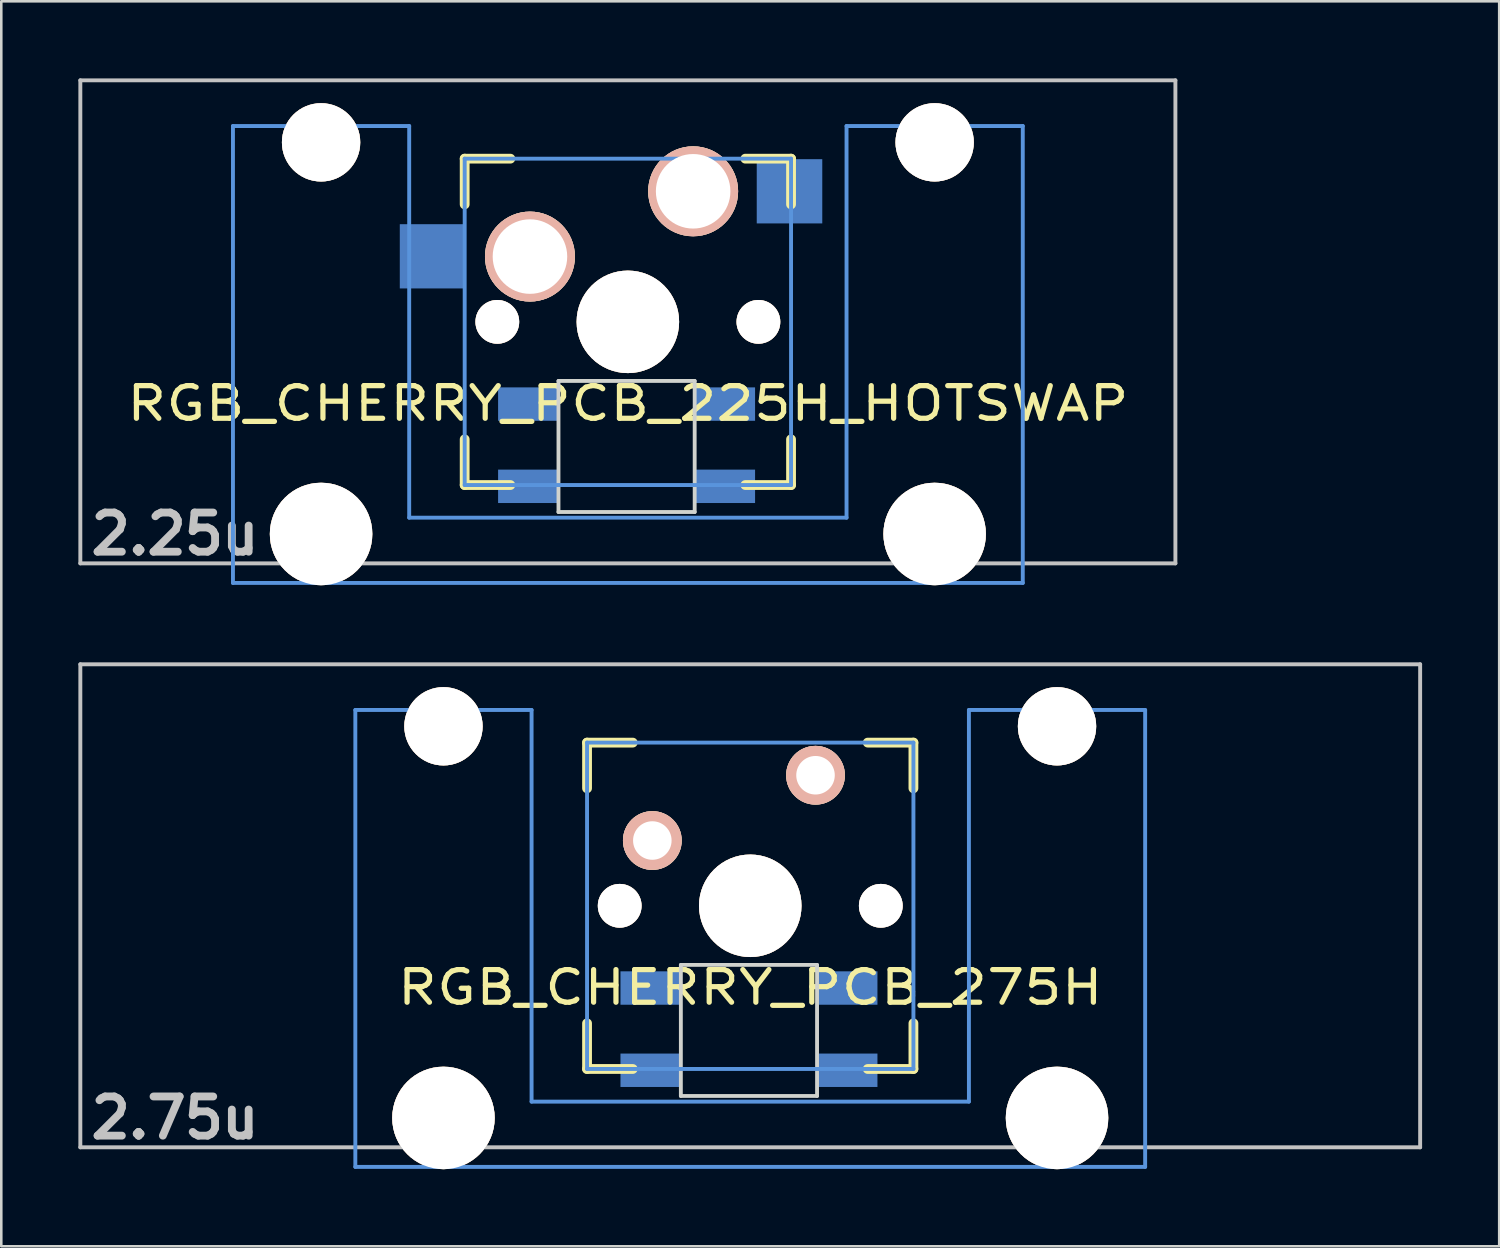
<source format=kicad_pcb>
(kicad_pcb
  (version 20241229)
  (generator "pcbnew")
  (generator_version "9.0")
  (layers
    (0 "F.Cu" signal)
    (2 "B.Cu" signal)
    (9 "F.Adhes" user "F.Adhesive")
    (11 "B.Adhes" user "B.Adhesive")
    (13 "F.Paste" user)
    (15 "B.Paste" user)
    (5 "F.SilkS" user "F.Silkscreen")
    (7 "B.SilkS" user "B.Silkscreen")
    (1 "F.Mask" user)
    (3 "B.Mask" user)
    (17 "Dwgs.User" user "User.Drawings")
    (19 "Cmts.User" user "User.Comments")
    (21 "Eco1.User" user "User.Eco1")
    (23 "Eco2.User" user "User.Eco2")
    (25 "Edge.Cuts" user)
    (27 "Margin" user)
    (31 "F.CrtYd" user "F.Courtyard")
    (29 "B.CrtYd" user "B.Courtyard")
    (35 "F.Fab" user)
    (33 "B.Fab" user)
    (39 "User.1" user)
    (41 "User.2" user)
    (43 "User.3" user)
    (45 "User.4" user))
  (footprint "RGB_CHERRY_PCB_225H_HOTSWAP"
    (layer "F.Cu")
    (at 21.382 9.474)
    (property "Reference" "RGB_CHERRY_PCB_225H_HOTSWAP" (at 0 3.175 0) (layer "F.SilkS") (effects (font (size 1.27 1.524) (thickness 0.203))))
    (attr through_hole)
    (fp_line (start -6.35 -6.35) (end -4.572 -6.35) (stroke (width 0.381) (type solid)) (layer "F.SilkS"))
    (fp_line (start -6.35 -4.572) (end -6.35 -6.35) (stroke (width 0.381) (type solid)) (layer "F.SilkS"))
    (fp_line (start -6.35 6.35) (end -6.35 4.572) (stroke (width 0.381) (type solid)) (layer "F.SilkS"))
    (fp_line (start -4.572 6.35) (end -6.35 6.35) (stroke (width 0.381) (type solid)) (layer "F.SilkS"))
    (fp_line (start 4.572 -6.35) (end 6.35 -6.35) (stroke (width 0.381) (type solid)) (layer "F.SilkS"))
    (fp_line (start 6.35 -6.35) (end 6.35 -4.572) (stroke (width 0.381) (type solid)) (layer "F.SilkS"))
    (fp_line (start 6.35 4.572) (end 6.35 6.35) (stroke (width 0.381) (type solid)) (layer "F.SilkS"))
    (fp_line (start 6.35 6.35) (end 4.572 6.35) (stroke (width 0.381) (type solid)) (layer "F.SilkS"))
    (fp_line (start -21.306 -9.398) (end 21.306 -9.398) (stroke (width 0.152) (type solid)) (layer "Dwgs.User"))
    (fp_line (start -21.306 9.398) (end -21.306 -9.398) (stroke (width 0.152) (type solid)) (layer "Dwgs.User"))
    (fp_line (start 21.306 -9.398) (end 21.306 9.398) (stroke (width 0.152) (type solid)) (layer "Dwgs.User"))
    (fp_line (start 21.306 9.398) (end -21.306 9.398) (stroke (width 0.152) (type solid)) (layer "Dwgs.User"))
    (fp_line (start -15.367 -7.62) (end -15.367 10.16) (stroke (width 0.152) (type solid)) (layer "Cmts.User"))
    (fp_line (start -15.367 10.16) (end 15.367 10.16) (stroke (width 0.152) (type solid)) (layer "Cmts.User"))
    (fp_line (start -8.509 -7.62) (end -15.367 -7.62) (stroke (width 0.152) (type solid)) (layer "Cmts.User"))
    (fp_line (start -8.509 7.62) (end -8.509 -7.62) (stroke (width 0.152) (type solid)) (layer "Cmts.User"))
    (fp_line (start -6.35 -6.35) (end 6.35 -6.35) (stroke (width 0.152) (type solid)) (layer "Cmts.User"))
    (fp_line (start -6.35 6.35) (end -6.35 -6.35) (stroke (width 0.152) (type solid)) (layer "Cmts.User"))
    (fp_line (start 6.35 -6.35) (end 6.35 6.35) (stroke (width 0.152) (type solid)) (layer "Cmts.User"))
    (fp_line (start 6.35 6.35) (end -6.35 6.35) (stroke (width 0.152) (type solid)) (layer "Cmts.User"))
    (fp_line (start 8.509 -7.62) (end 8.509 7.62) (stroke (width 0.152) (type solid)) (layer "Cmts.User"))
    (fp_line (start 8.509 7.62) (end -8.509 7.62) (stroke (width 0.152) (type solid)) (layer "Cmts.User"))
    (fp_line (start 15.367 -7.62) (end 8.509 -7.62) (stroke (width 0.152) (type solid)) (layer "Cmts.User"))
    (fp_line (start 15.367 10.16) (end 15.367 -7.62) (stroke (width 0.152) (type solid)) (layer "Cmts.User"))
    (fp_line (start -16.129 -2.286) (end -15.265 -2.286) (stroke (width 0.152) (type solid)) (layer "Eco2.User"))
    (fp_line (start -16.129 0.508) (end -16.129 -2.286) (stroke (width 0.152) (type solid)) (layer "Eco2.User"))
    (fp_line (start -15.265 -5.69) (end -8.611 -5.69) (stroke (width 0.152) (type solid)) (layer "Eco2.User"))
    (fp_line (start -15.265 -2.286) (end -15.265 -5.69) (stroke (width 0.152) (type solid)) (layer "Eco2.User"))
    (fp_line (start -15.265 0.508) (end -16.129 0.508) (stroke (width 0.152) (type solid)) (layer "Eco2.User"))
    (fp_line (start -15.265 6.604) (end -15.265 0.508) (stroke (width 0.152) (type solid)) (layer "Eco2.User"))
    (fp_line (start -14.224 6.604) (end -15.265 6.604) (stroke (width 0.152) (type solid)) (layer "Eco2.User"))
    (fp_line (start -14.224 7.772) (end -14.224 6.604) (stroke (width 0.152) (type solid)) (layer "Eco2.User"))
    (fp_line (start -9.652 6.604) (end -9.652 7.772) (stroke (width 0.152) (type solid)) (layer "Eco2.User"))
    (fp_line (start -9.652 7.772) (end -14.224 7.772) (stroke (width 0.152) (type solid)) (layer "Eco2.User"))
    (fp_line (start -8.611 -5.69) (end -8.611 -4.877) (stroke (width 0.152) (type solid)) (layer "Eco2.User"))
    (fp_line (start -8.611 -4.877) (end -6.985 -4.877) (stroke (width 0.152) (type solid)) (layer "Eco2.User"))
    (fp_line (start -8.611 5.817) (end -8.611 6.604) (stroke (width 0.152) (type solid)) (layer "Eco2.User"))
    (fp_line (start -8.611 6.604) (end -9.652 6.604) (stroke (width 0.152) (type solid)) (layer "Eco2.User"))
    (fp_line (start -6.985 -6.985) (end 6.985 -6.985) (stroke (width 0.152) (type solid)) (layer "Eco2.User"))
    (fp_line (start -6.985 -4.877) (end -6.985 -6.985) (stroke (width 0.152) (type solid)) (layer "Eco2.User"))
    (fp_line (start -6.985 5.817) (end -8.611 5.817) (stroke (width 0.152) (type solid)) (layer "Eco2.User"))
    (fp_line (start -6.985 6.985) (end -6.985 5.817) (stroke (width 0.152) (type solid)) (layer "Eco2.User"))
    (fp_line (start 6.985 -6.985) (end 6.985 -4.877) (stroke (width 0.152) (type solid)) (layer "Eco2.User"))
    (fp_line (start 6.985 -4.877) (end 8.611 -4.877) (stroke (width 0.152) (type solid)) (layer "Eco2.User"))
    (fp_line (start 6.985 5.817) (end 6.985 6.985) (stroke (width 0.152) (type solid)) (layer "Eco2.User"))
    (fp_line (start 6.985 6.985) (end -6.985 6.985) (stroke (width 0.152) (type solid)) (layer "Eco2.User"))
    (fp_line (start 8.611 -5.69) (end 15.265 -5.69) (stroke (width 0.152) (type solid)) (layer "Eco2.User"))
    (fp_line (start 8.611 -4.877) (end 8.611 -5.69) (stroke (width 0.152) (type solid)) (layer "Eco2.User"))
    (fp_line (start 8.611 5.817) (end 6.985 5.817) (stroke (width 0.152) (type solid)) (layer "Eco2.User"))
    (fp_line (start 8.611 6.604) (end 8.611 5.817) (stroke (width 0.152) (type solid)) (layer "Eco2.User"))
    (fp_line (start 9.652 6.604) (end 8.611 6.604) (stroke (width 0.152) (type solid)) (layer "Eco2.User"))
    (fp_line (start 9.652 7.772) (end 9.652 6.604) (stroke (width 0.152) (type solid)) (layer "Eco2.User"))
    (fp_line (start 14.224 6.604) (end 14.224 7.772) (stroke (width 0.152) (type solid)) (layer "Eco2.User"))
    (fp_line (start 14.224 7.772) (end 9.652 7.772) (stroke (width 0.152) (type solid)) (layer "Eco2.User"))
    (fp_line (start 15.265 -5.69) (end 15.265 -2.286) (stroke (width 0.152) (type solid)) (layer "Eco2.User"))
    (fp_line (start 15.265 -2.286) (end 16.129 -2.286) (stroke (width 0.152) (type solid)) (layer "Eco2.User"))
    (fp_line (start 15.265 0.508) (end 15.265 6.604) (stroke (width 0.152) (type solid)) (layer "Eco2.User"))
    (fp_line (start 15.265 6.604) (end 14.224 6.604) (stroke (width 0.152) (type solid)) (layer "Eco2.User"))
    (fp_line (start 16.129 -2.286) (end 16.129 0.508) (stroke (width 0.152) (type solid)) (layer "Eco2.User"))
    (fp_line (start 16.129 0.508) (end 15.265 0.508) (stroke (width 0.152) (type solid)) (layer "Eco2.User"))
    (fp_line (start -2.7 2.3) (end -2.7 7.4) (stroke (width 0.15) (type solid)) (layer "Edge.Cuts"))
    (fp_line (start -2.7 2.3) (end 2.6 2.3) (stroke (width 0.15) (type solid)) (layer "Edge.Cuts"))
    (fp_line (start 2.6 2.3) (end 2.6 7.4) (stroke (width 0.15) (type solid)) (layer "Edge.Cuts"))
    (fp_line (start 2.6 7.4) (end -2.7 7.4) (stroke (width 0.15) (type solid)) (layer "Edge.Cuts"))
    (fp_text user "2.25u" (at -17.623 8.255 0) (layer "Dwgs.User") (effects (font (size 1.524 1.524) (thickness 0.305))))
    (pad "" np_thru_hole circle (at -11.938 -6.985) (size 3.048 3.048) (drill 3.048) (layers "*.Cu" "*.SilkS" "*.Mask"))
    (pad "" np_thru_hole circle (at -11.938 8.255) (size 3.988 3.988) (drill 3.988) (layers "*.Cu" "*.SilkS" "*.Mask"))
    (pad "" np_thru_hole circle (at -5.08 0) (size 1.702 1.702) (drill 1.702) (layers "*.Cu" "*.SilkS" "*.Mask"))
    (pad "" np_thru_hole circle (at 0 0) (size 3.988 3.988) (drill 3.988) (layers "*.Cu" "*.SilkS" "*.Mask"))
    (pad "" np_thru_hole circle (at 5.08 0) (size 1.702 1.702) (drill 1.702) (layers "*.Cu" "*.SilkS" "*.Mask"))
    (pad "" np_thru_hole circle (at 11.938 -6.985) (size 3.048 3.048) (drill 3.048) (layers "*.Cu" "*.SilkS" "*.Mask"))
    (pad "" np_thru_hole circle (at 11.938 8.255) (size 3.988 3.988) (drill 3.988) (layers "*.Cu" "*.SilkS" "*.Mask"))
    (pad "1" thru_hole circle (at 2.54 -5.08) (size 3.5 3.5) (drill 2.9) (layers "*.Cu" "*.SilkS" "*.Mask"))
    (pad "1" smd rect (at 6.29 -5.08) (size 2.55 2.5) (layers "B.Cu" "B.Mask" "B.Paste"))
    (pad "2" smd rect (at -7.6 -2.55) (size 2.55 2.5) (layers "B.Cu" "B.Mask" "B.Paste"))
    (pad "2" thru_hole circle (at -3.81 -2.54) (size 3.5 3.5) (drill 2.9) (layers "*.Cu" "*.SilkS" "*.Mask"))
    (pad "3" smd rect (at -2.8 3.2) (size 2.3 1.3) (drill (offset -1.1 0)) (layers "B.Cu" "B.Mask" "B.Paste"))
    (pad "4" smd rect (at -2.8 6.4) (size 2.3 1.3) (drill (offset -1.1 0)) (layers "B.Cu" "B.Mask" "B.Paste"))
    (pad "5" smd rect (at 2.7 6.4) (size 2.3 1.3) (drill (offset 1.1 0)) (layers "B.Cu" "B.Mask" "B.Paste"))
    (pad "6" smd rect (at 2.7 3.2) (size 2.3 1.3) (drill (offset 1.1 0)) (layers "B.Cu" "B.Mask" "B.Paste")))
  (footprint "RGB_CHERRY_PCB_275H"
    (layer "F.Cu")
    (at 26.144 32.197)
    (property "Reference" "RGB_CHERRY_PCB_275H" (at 0 3.175 0) (layer "F.SilkS") (effects (font (size 1.27 1.524) (thickness 0.203))))
    (attr through_hole)
    (fp_line (start -6.35 -6.35) (end -4.572 -6.35) (stroke (width 0.381) (type solid)) (layer "F.SilkS"))
    (fp_line (start -6.35 -4.572) (end -6.35 -6.35) (stroke (width 0.381) (type solid)) (layer "F.SilkS"))
    (fp_line (start -6.35 6.35) (end -6.35 4.572) (stroke (width 0.381) (type solid)) (layer "F.SilkS"))
    (fp_line (start -4.572 6.35) (end -6.35 6.35) (stroke (width 0.381) (type solid)) (layer "F.SilkS"))
    (fp_line (start 4.572 -6.35) (end 6.35 -6.35) (stroke (width 0.381) (type solid)) (layer "F.SilkS"))
    (fp_line (start 6.35 -6.35) (end 6.35 -4.572) (stroke (width 0.381) (type solid)) (layer "F.SilkS"))
    (fp_line (start 6.35 4.572) (end 6.35 6.35) (stroke (width 0.381) (type solid)) (layer "F.SilkS"))
    (fp_line (start 6.35 6.35) (end 4.572 6.35) (stroke (width 0.381) (type solid)) (layer "F.SilkS"))
    (fp_line (start -26.068 -9.398) (end 26.068 -9.398) (stroke (width 0.152) (type solid)) (layer "Dwgs.User"))
    (fp_line (start -26.068 9.398) (end -26.068 -9.398) (stroke (width 0.152) (type solid)) (layer "Dwgs.User"))
    (fp_line (start 26.068 -9.398) (end 26.068 9.398) (stroke (width 0.152) (type solid)) (layer "Dwgs.User"))
    (fp_line (start 26.068 9.398) (end -26.068 9.398) (stroke (width 0.152) (type solid)) (layer "Dwgs.User"))
    (fp_line (start -15.367 -7.62) (end -15.367 10.16) (stroke (width 0.152) (type solid)) (layer "Cmts.User"))
    (fp_line (start -15.367 10.16) (end 15.367 10.16) (stroke (width 0.152) (type solid)) (layer "Cmts.User"))
    (fp_line (start -8.509 -7.62) (end -15.367 -7.62) (stroke (width 0.152) (type solid)) (layer "Cmts.User"))
    (fp_line (start -8.509 7.62) (end -8.509 -7.62) (stroke (width 0.152) (type solid)) (layer "Cmts.User"))
    (fp_line (start -6.35 -6.35) (end 6.35 -6.35) (stroke (width 0.152) (type solid)) (layer "Cmts.User"))
    (fp_line (start -6.35 6.35) (end -6.35 -6.35) (stroke (width 0.152) (type solid)) (layer "Cmts.User"))
    (fp_line (start 6.35 -6.35) (end 6.35 6.35) (stroke (width 0.152) (type solid)) (layer "Cmts.User"))
    (fp_line (start 6.35 6.35) (end -6.35 6.35) (stroke (width 0.152) (type solid)) (layer "Cmts.User"))
    (fp_line (start 8.509 -7.62) (end 8.509 7.62) (stroke (width 0.152) (type solid)) (layer "Cmts.User"))
    (fp_line (start 8.509 7.62) (end -8.509 7.62) (stroke (width 0.152) (type solid)) (layer "Cmts.User"))
    (fp_line (start 15.367 -7.62) (end 8.509 -7.62) (stroke (width 0.152) (type solid)) (layer "Cmts.User"))
    (fp_line (start 15.367 10.16) (end 15.367 -7.62) (stroke (width 0.152) (type solid)) (layer "Cmts.User"))
    (fp_line (start -16.129 -2.286) (end -15.265 -2.286) (stroke (width 0.152) (type solid)) (layer "Eco2.User"))
    (fp_line (start -16.129 0.508) (end -16.129 -2.286) (stroke (width 0.152) (type solid)) (layer "Eco2.User"))
    (fp_line (start -15.265 -5.69) (end -8.611 -5.69) (stroke (width 0.152) (type solid)) (layer "Eco2.User"))
    (fp_line (start -15.265 -2.286) (end -15.265 -5.69) (stroke (width 0.152) (type solid)) (layer "Eco2.User"))
    (fp_line (start -15.265 0.508) (end -16.129 0.508) (stroke (width 0.152) (type solid)) (layer "Eco2.User"))
    (fp_line (start -15.265 6.604) (end -15.265 0.508) (stroke (width 0.152) (type solid)) (layer "Eco2.User"))
    (fp_line (start -14.224 6.604) (end -15.265 6.604) (stroke (width 0.152) (type solid)) (layer "Eco2.User"))
    (fp_line (start -14.224 7.772) (end -14.224 6.604) (stroke (width 0.152) (type solid)) (layer "Eco2.User"))
    (fp_line (start -9.652 6.604) (end -9.652 7.772) (stroke (width 0.152) (type solid)) (layer "Eco2.User"))
    (fp_line (start -9.652 7.772) (end -14.224 7.772) (stroke (width 0.152) (type solid)) (layer "Eco2.User"))
    (fp_line (start -8.611 -5.69) (end -8.611 -4.877) (stroke (width 0.152) (type solid)) (layer "Eco2.User"))
    (fp_line (start -8.611 -4.877) (end -6.985 -4.877) (stroke (width 0.152) (type solid)) (layer "Eco2.User"))
    (fp_line (start -8.611 5.817) (end -8.611 6.604) (stroke (width 0.152) (type solid)) (layer "Eco2.User"))
    (fp_line (start -8.611 6.604) (end -9.652 6.604) (stroke (width 0.152) (type solid)) (layer "Eco2.User"))
    (fp_line (start -6.985 -6.985) (end 6.985 -6.985) (stroke (width 0.152) (type solid)) (layer "Eco2.User"))
    (fp_line (start -6.985 -4.877) (end -6.985 -6.985) (stroke (width 0.152) (type solid)) (layer "Eco2.User"))
    (fp_line (start -6.985 5.817) (end -8.611 5.817) (stroke (width 0.152) (type solid)) (layer "Eco2.User"))
    (fp_line (start -6.985 6.985) (end -6.985 5.817) (stroke (width 0.152) (type solid)) (layer "Eco2.User"))
    (fp_line (start 6.985 -6.985) (end 6.985 -4.877) (stroke (width 0.152) (type solid)) (layer "Eco2.User"))
    (fp_line (start 6.985 -4.877) (end 8.611 -4.877) (stroke (width 0.152) (type solid)) (layer "Eco2.User"))
    (fp_line (start 6.985 5.817) (end 6.985 6.985) (stroke (width 0.152) (type solid)) (layer "Eco2.User"))
    (fp_line (start 6.985 6.985) (end -6.985 6.985) (stroke (width 0.152) (type solid)) (layer "Eco2.User"))
    (fp_line (start 8.611 -5.69) (end 15.265 -5.69) (stroke (width 0.152) (type solid)) (layer "Eco2.User"))
    (fp_line (start 8.611 -4.877) (end 8.611 -5.69) (stroke (width 0.152) (type solid)) (layer "Eco2.User"))
    (fp_line (start 8.611 5.817) (end 6.985 5.817) (stroke (width 0.152) (type solid)) (layer "Eco2.User"))
    (fp_line (start 8.611 6.604) (end 8.611 5.817) (stroke (width 0.152) (type solid)) (layer "Eco2.User"))
    (fp_line (start 9.652 6.604) (end 8.611 6.604) (stroke (width 0.152) (type solid)) (layer "Eco2.User"))
    (fp_line (start 9.652 7.772) (end 9.652 6.604) (stroke (width 0.152) (type solid)) (layer "Eco2.User"))
    (fp_line (start 14.224 6.604) (end 14.224 7.772) (stroke (width 0.152) (type solid)) (layer "Eco2.User"))
    (fp_line (start 14.224 7.772) (end 9.652 7.772) (stroke (width 0.152) (type solid)) (layer "Eco2.User"))
    (fp_line (start 15.265 -5.69) (end 15.265 -2.286) (stroke (width 0.152) (type solid)) (layer "Eco2.User"))
    (fp_line (start 15.265 -2.286) (end 16.129 -2.286) (stroke (width 0.152) (type solid)) (layer "Eco2.User"))
    (fp_line (start 15.265 0.508) (end 15.265 6.604) (stroke (width 0.152) (type solid)) (layer "Eco2.User"))
    (fp_line (start 15.265 6.604) (end 14.224 6.604) (stroke (width 0.152) (type solid)) (layer "Eco2.User"))
    (fp_line (start 16.129 -2.286) (end 16.129 0.508) (stroke (width 0.152) (type solid)) (layer "Eco2.User"))
    (fp_line (start 16.129 0.508) (end 15.265 0.508) (stroke (width 0.152) (type solid)) (layer "Eco2.User"))
    (fp_line (start -2.7 2.3) (end -2.7 7.4) (stroke (width 0.15) (type solid)) (layer "Edge.Cuts"))
    (fp_line (start -2.7 2.3) (end 2.6 2.3) (stroke (width 0.15) (type solid)) (layer "Edge.Cuts"))
    (fp_line (start 2.6 2.3) (end 2.6 7.4) (stroke (width 0.15) (type solid)) (layer "Edge.Cuts"))
    (fp_line (start 2.6 7.4) (end -2.7 7.4) (stroke (width 0.15) (type solid)) (layer "Edge.Cuts"))
    (fp_text user "2.75u" (at -22.385 8.255 0) (layer "Dwgs.User") (effects (font (size 1.524 1.524) (thickness 0.305))))
    (pad "" np_thru_hole circle (at -11.938 -6.985) (size 3.048 3.048) (drill 3.048) (layers "*.Cu" "*.SilkS" "*.Mask"))
    (pad "" np_thru_hole circle (at -11.938 8.255) (size 3.988 3.988) (drill 3.988) (layers "*.Cu" "*.SilkS" "*.Mask"))
    (pad "" np_thru_hole circle (at -5.08 0) (size 1.702 1.702) (drill 1.702) (layers "*.Cu" "*.SilkS" "*.Mask"))
    (pad "" np_thru_hole circle (at 0 0) (size 3.988 3.988) (drill 3.988) (layers "*.Cu" "*.SilkS" "*.Mask"))
    (pad "" np_thru_hole circle (at 5.08 0) (size 1.702 1.702) (drill 1.702) (layers "*.Cu" "*.SilkS" "*.Mask"))
    (pad "" np_thru_hole circle (at 11.938 -6.985) (size 3.048 3.048) (drill 3.048) (layers "*.Cu" "*.SilkS" "*.Mask"))
    (pad "" np_thru_hole circle (at 11.938 8.255) (size 3.988 3.988) (drill 3.988) (layers "*.Cu" "*.SilkS" "*.Mask"))
    (pad "1" thru_hole circle (at 2.54 -5.08) (size 2.286 2.286) (drill 1.499) (layers "*.Cu" "*.SilkS" "*.Mask"))
    (pad "2" thru_hole circle (at -3.81 -2.54) (size 2.286 2.286) (drill 1.499) (layers "*.Cu" "*.SilkS" "*.Mask"))
    (pad "3" smd rect (at -2.8 3.2) (size 2.3 1.3) (drill (offset -1.1 0)) (layers "B.Cu" "B.Mask" "B.Paste"))
    (pad "4" smd rect (at -2.8 6.4) (size 2.3 1.3) (drill (offset -1.1 0)) (layers "B.Cu" "B.Mask" "B.Paste"))
    (pad "5" smd rect (at 2.7 6.4) (size 2.3 1.3) (drill (offset 1.1 0)) (layers "B.Cu" "B.Mask" "B.Paste"))
    (pad "6" smd rect (at 2.7 3.2) (size 2.3 1.3) (drill (offset 1.1 0)) (layers "B.Cu" "B.Mask" "B.Paste")))
  (gr_rect
    (start -3 -3)
    (end 55.288 45.446)
    (stroke (width 0.1) (type default))
    (fill no)
    (layer "Edge.Cuts")))
</source>
